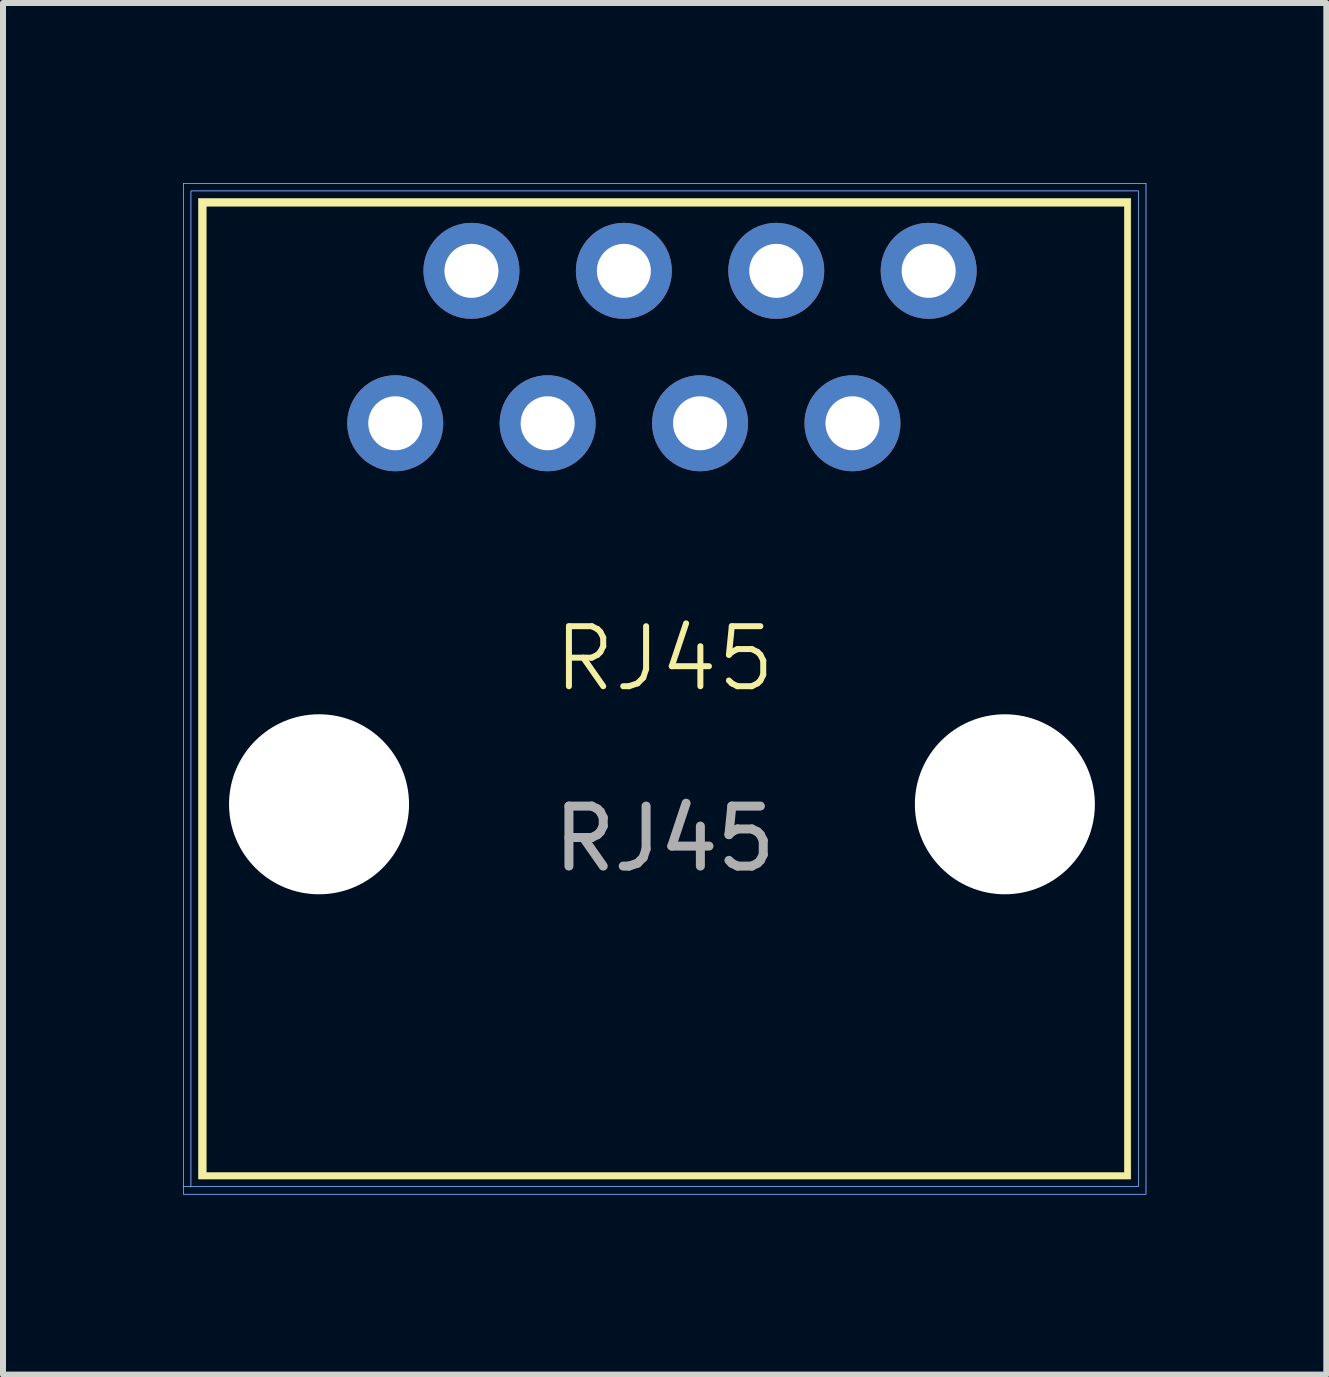
<source format=kicad_pcb>
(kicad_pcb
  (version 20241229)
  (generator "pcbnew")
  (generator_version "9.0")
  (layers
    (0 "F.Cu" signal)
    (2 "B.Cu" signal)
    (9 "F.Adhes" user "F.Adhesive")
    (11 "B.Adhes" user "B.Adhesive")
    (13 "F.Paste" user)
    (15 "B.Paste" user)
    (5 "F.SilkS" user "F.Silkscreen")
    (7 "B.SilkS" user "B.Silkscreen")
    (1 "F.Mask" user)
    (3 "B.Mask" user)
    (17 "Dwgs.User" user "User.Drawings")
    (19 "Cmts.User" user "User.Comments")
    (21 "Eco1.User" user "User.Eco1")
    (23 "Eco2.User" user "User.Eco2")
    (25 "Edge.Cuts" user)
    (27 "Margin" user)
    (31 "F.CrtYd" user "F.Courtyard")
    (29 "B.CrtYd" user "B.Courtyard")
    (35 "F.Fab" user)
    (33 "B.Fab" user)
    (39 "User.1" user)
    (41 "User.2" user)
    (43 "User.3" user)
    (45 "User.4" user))
  (footprint "RJ45"
    (layer "F.Cu")
    (at 8.027 8.429)
    (property "Reference" "RJ45" (at 0 -0.5 0) (unlocked yes) (layer "F.SilkS") (effects (font (size 1 1) (thickness 0.1))))
    (attr through_hole)
    (fp_poly (pts (xy 7.768 8.17) (xy -7.768 8.17) (xy -7.768 -8.043) (xy -7.641 -8.043) (xy -7.641 8.065) (xy 7.662 8.065) (xy 7.662 -8.043) (xy -7.641 -8.043) (xy -7.768 -8.043) (xy -7.768 -8.17) (xy 7.768 -8.17) (xy 7.768 8.17)) (stroke (width 0.01) (type solid)) (fill yes) (layer "F.SilkS"))
    (fp_poly (pts (xy 8.022 8.424) (xy -8.022 8.424) (xy -8.022 -8.297) (xy -7.895 -8.297) (xy -7.895 8.297) (xy 7.895 8.297) (xy 7.895 -8.297) (xy -7.895 -8.297) (xy -8.022 -8.297) (xy -8.022 -8.424) (xy 8.022 -8.424) (xy 8.022 8.424)) (stroke (width 0.01) (type solid)) (fill no) (layer "B.CrtYd"))
    (fp_poly (pts (xy 8.022 8.424) (xy -8.022 8.424) (xy -8.022 -8.297) (xy -7.895 -8.297) (xy -7.895 8.297) (xy 7.895 8.297) (xy 7.895 -8.297) (xy -7.895 -8.297) (xy -8.022 -8.297) (xy -8.022 -8.424) (xy 8.022 -8.424) (xy 8.022 8.424)) (stroke (width 0.01) (type solid)) (fill no) (layer "F.CrtYd"))
    (fp_text user "${REFERENCE}" (at 0 2.5 0) (unlocked yes) (layer "F.Fab") (effects (font (size 1 1) (thickness 0.15))))
    (pad "" np_thru_hole circle (at -5.76 1.925) (size 3 3) (drill 3) (layers "*.Cu" "*.Mask"))
    (pad "" np_thru_hole circle (at 5.67 1.925) (size 3 3) (drill 3) (layers "*.Cu" "*.Mask"))
    (pad "1" thru_hole circle (at -4.49 -4.425) (size 1.6 1.6) (drill 0.9) (layers "*.Cu" "*.Mask"))
    (pad "2" thru_hole circle (at -3.22 -6.965) (size 1.6 1.6) (drill 0.9) (layers "*.Cu" "*.Mask"))
    (pad "3" thru_hole circle (at -1.95 -4.425) (size 1.6 1.6) (drill 0.9) (layers "*.Cu" "*.Mask"))
    (pad "4" thru_hole circle (at -0.68 -6.965) (size 1.6 1.6) (drill 0.9) (layers "*.Cu" "*.Mask"))
    (pad "5" thru_hole circle (at 0.59 -4.425) (size 1.6 1.6) (drill 0.9) (layers "*.Cu" "*.Mask"))
    (pad "6" thru_hole circle (at 1.86 -6.965) (size 1.6 1.6) (drill 0.9) (layers "*.Cu" "*.Mask"))
    (pad "7" thru_hole circle (at 3.13 -4.425) (size 1.6 1.6) (drill 0.9) (layers "*.Cu" "*.Mask"))
    (pad "8" thru_hole circle (at 4.4 -6.965) (size 1.6 1.6) (drill 0.9) (layers "*.Cu" "*.Mask")))
  (gr_rect
    (start -3 -3)
    (end 19.054 19.859)
    (stroke (width 0.1) (type default))
    (fill no)
    (layer "Edge.Cuts")))
</source>
